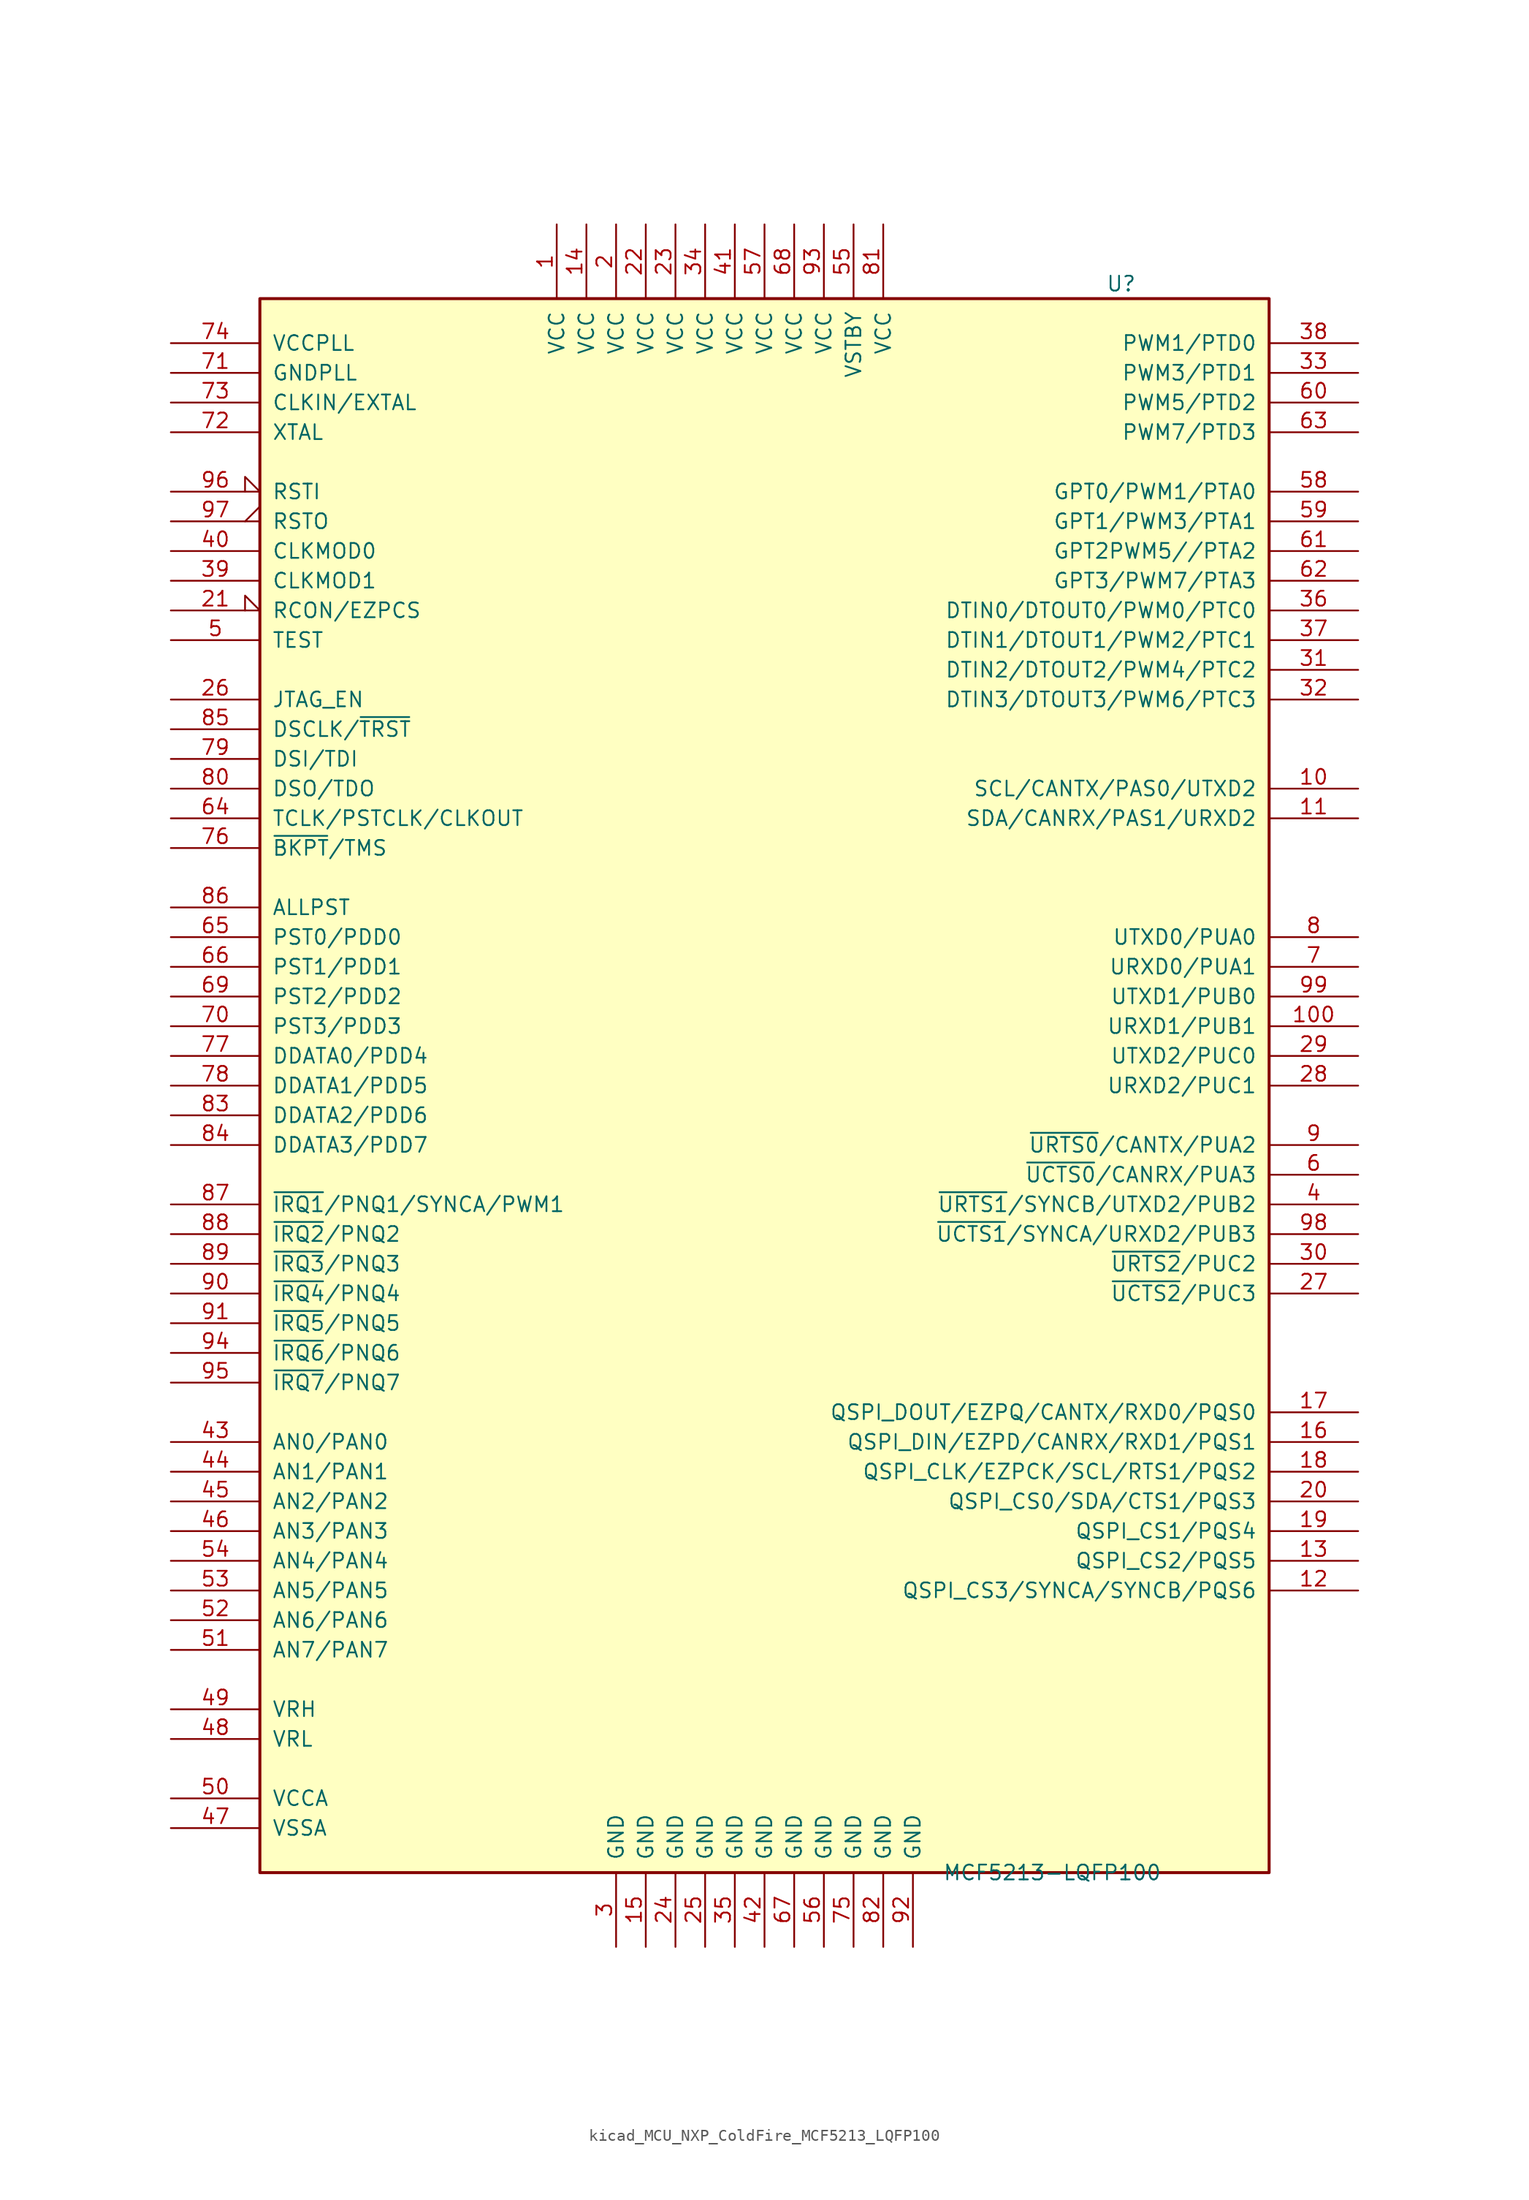
<source format=kicad_sym>
(kicad_symbol_lib
  (version 20220914)
  (generator kicad_symbol_editor)
  (symbol "kicad_MCU_NXP_ColdFire_MCF5213_LQFP100"
    (pin_names
      (offset 1.016))
    (property "Reference" "U"
      (at 29.21 68.58 0)
      (effects (font (size 1.27 1.27)) (justify left)))
    (property "Value" "MCF5213-LQFP100"
      (at 15.24 -67.31 0)
      (effects (font (size 1.27 1.27)) (justify left)))
    (symbol "kicad_MCU_NXP_ColdFire_MCF5213_LQFP100_0_1"
      (rectangle (start -43.18 67.31) (end 43.18 -67.31) (stroke (width 0.254) (type default)) (fill (type background))))
    (symbol "kicad_MCU_NXP_ColdFire_MCF5213_LQFP100_1_1"
      (pin power_in line (at -17.78 73.66 270) (length 6.35) (name "VCC" (effects (font (size 1.27 1.27)))) (number "1" (effects (font (size 1.27 1.27)))))
      (pin bidirectional line (at 50.8 25.4 180) (length 7.62) (name "SCL/CANTX/PAS0/UTXD2" (effects (font (size 1.27 1.27)))) (number "10" (effects (font (size 1.27 1.27)))))
      (pin bidirectional line (at 50.8 5.08 180) (length 7.62) (name "URXD1/PUB1" (effects (font (size 1.27 1.27)))) (number "100" (effects (font (size 1.27 1.27)))))
      (pin bidirectional line (at 50.8 22.86 180) (length 7.62) (name "SDA/CANRX/PAS1/URXD2" (effects (font (size 1.27 1.27)))) (number "11" (effects (font (size 1.27 1.27)))))
      (pin bidirectional line (at 50.8 -43.18 180) (length 7.62) (name "QSPI_CS3/SYNCA/SYNCB/PQS6" (effects (font (size 1.27 1.27)))) (number "12" (effects (font (size 1.27 1.27)))))
      (pin bidirectional line (at 50.8 -40.64 180) (length 7.62) (name "QSPI_CS2/PQS5" (effects (font (size 1.27 1.27)))) (number "13" (effects (font (size 1.27 1.27)))))
      (pin power_in line (at -15.24 73.66 270) (length 6.35) (name "VCC" (effects (font (size 1.27 1.27)))) (number "14" (effects (font (size 1.27 1.27)))))
      (pin power_in line (at -10.16 -73.66 90) (length 6.35) (name "GND" (effects (font (size 1.27 1.27)))) (number "15" (effects (font (size 1.27 1.27)))))
      (pin bidirectional line (at 50.8 -30.48 180) (length 7.62) (name "QSPI_DIN/EZPD/CANRX/RXD1/PQS1" (effects (font (size 1.27 1.27)))) (number "16" (effects (font (size 1.27 1.27)))))
      (pin bidirectional line (at 50.8 -27.94 180) (length 7.62) (name "QSPI_DOUT/EZPQ/CANTX/RXD0/PQS0" (effects (font (size 1.27 1.27)))) (number "17" (effects (font (size 1.27 1.27)))))
      (pin bidirectional line (at 50.8 -33.02 180) (length 7.62) (name "QSPI_CLK/EZPCK/SCL/RTS1/PQS2" (effects (font (size 1.27 1.27)))) (number "18" (effects (font (size 1.27 1.27)))))
      (pin bidirectional line (at 50.8 -38.1 180) (length 7.62) (name "QSPI_CS1/PQS4" (effects (font (size 1.27 1.27)))) (number "19" (effects (font (size 1.27 1.27)))))
      (pin power_in line (at -12.7 73.66 270) (length 6.35) (name "VCC" (effects (font (size 1.27 1.27)))) (number "2" (effects (font (size 1.27 1.27)))))
      (pin bidirectional line (at 50.8 -35.56 180) (length 7.62) (name "QSPI_CS0/SDA/CTS1/PQS3" (effects (font (size 1.27 1.27)))) (number "20" (effects (font (size 1.27 1.27)))))
      (pin input input_low (at -50.8 40.64 0) (length 7.62) (name "RCON/EZPCS" (effects (font (size 1.27 1.27)))) (number "21" (effects (font (size 1.27 1.27)))))
      (pin power_in line (at -10.16 73.66 270) (length 6.35) (name "VCC" (effects (font (size 1.27 1.27)))) (number "22" (effects (font (size 1.27 1.27)))))
      (pin power_in line (at -7.62 73.66 270) (length 6.35) (name "VCC" (effects (font (size 1.27 1.27)))) (number "23" (effects (font (size 1.27 1.27)))))
      (pin power_in line (at -7.62 -73.66 90) (length 6.35) (name "GND" (effects (font (size 1.27 1.27)))) (number "24" (effects (font (size 1.27 1.27)))))
      (pin power_in line (at -5.08 -73.66 90) (length 6.35) (name "GND" (effects (font (size 1.27 1.27)))) (number "25" (effects (font (size 1.27 1.27)))))
      (pin input line (at -50.8 33.02 0) (length 7.62) (name "JTAG_EN" (effects (font (size 1.27 1.27)))) (number "26" (effects (font (size 1.27 1.27)))))
      (pin bidirectional line (at 50.8 -17.78 180) (length 7.62) (name "~{UCTS2}/PUC3" (effects (font (size 1.27 1.27)))) (number "27" (effects (font (size 1.27 1.27)))))
      (pin bidirectional line (at 50.8 0 180) (length 7.62) (name "URXD2/PUC1" (effects (font (size 1.27 1.27)))) (number "28" (effects (font (size 1.27 1.27)))))
      (pin bidirectional line (at 50.8 2.54 180) (length 7.62) (name "UTXD2/PUC0" (effects (font (size 1.27 1.27)))) (number "29" (effects (font (size 1.27 1.27)))))
      (pin power_in line (at -12.7 -73.66 90) (length 6.35) (name "GND" (effects (font (size 1.27 1.27)))) (number "3" (effects (font (size 1.27 1.27)))))
      (pin bidirectional line (at 50.8 -15.24 180) (length 7.62) (name "~{URTS2}/PUC2" (effects (font (size 1.27 1.27)))) (number "30" (effects (font (size 1.27 1.27)))))
      (pin bidirectional line (at 50.8 35.56 180) (length 7.62) (name "DTIN2/DTOUT2/PWM4/PTC2" (effects (font (size 1.27 1.27)))) (number "31" (effects (font (size 1.27 1.27)))))
      (pin bidirectional line (at 50.8 33.02 180) (length 7.62) (name "DTIN3/DTOUT3/PWM6/PTC3" (effects (font (size 1.27 1.27)))) (number "32" (effects (font (size 1.27 1.27)))))
      (pin bidirectional line (at 50.8 60.96 180) (length 7.62) (name "PWM3/PTD1" (effects (font (size 1.27 1.27)))) (number "33" (effects (font (size 1.27 1.27)))))
      (pin power_in line (at -5.08 73.66 270) (length 6.35) (name "VCC" (effects (font (size 1.27 1.27)))) (number "34" (effects (font (size 1.27 1.27)))))
      (pin power_in line (at -2.54 -73.66 90) (length 6.35) (name "GND" (effects (font (size 1.27 1.27)))) (number "35" (effects (font (size 1.27 1.27)))))
      (pin bidirectional line (at 50.8 40.64 180) (length 7.62) (name "DTIN0/DTOUT0/PWM0/PTC0" (effects (font (size 1.27 1.27)))) (number "36" (effects (font (size 1.27 1.27)))))
      (pin bidirectional line (at 50.8 38.1 180) (length 7.62) (name "DTIN1/DTOUT1/PWM2/PTC1" (effects (font (size 1.27 1.27)))) (number "37" (effects (font (size 1.27 1.27)))))
      (pin bidirectional line (at 50.8 63.5 180) (length 7.62) (name "PWM1/PTD0" (effects (font (size 1.27 1.27)))) (number "38" (effects (font (size 1.27 1.27)))))
      (pin input line (at -50.8 43.18 0) (length 7.62) (name "CLKMOD1" (effects (font (size 1.27 1.27)))) (number "39" (effects (font (size 1.27 1.27)))))
      (pin bidirectional line (at 50.8 -10.16 180) (length 7.62) (name "~{URTS1}/SYNCB/UTXD2/PUB2" (effects (font (size 1.27 1.27)))) (number "4" (effects (font (size 1.27 1.27)))))
      (pin input line (at -50.8 45.72 0) (length 7.62) (name "CLKMOD0" (effects (font (size 1.27 1.27)))) (number "40" (effects (font (size 1.27 1.27)))))
      (pin power_in line (at -2.54 73.66 270) (length 6.35) (name "VCC" (effects (font (size 1.27 1.27)))) (number "41" (effects (font (size 1.27 1.27)))))
      (pin power_in line (at 0 -73.66 90) (length 6.35) (name "GND" (effects (font (size 1.27 1.27)))) (number "42" (effects (font (size 1.27 1.27)))))
      (pin bidirectional line (at -50.8 -30.48 0) (length 7.62) (name "AN0/PAN0" (effects (font (size 1.27 1.27)))) (number "43" (effects (font (size 1.27 1.27)))))
      (pin bidirectional line (at -50.8 -33.02 0) (length 7.62) (name "AN1/PAN1" (effects (font (size 1.27 1.27)))) (number "44" (effects (font (size 1.27 1.27)))))
      (pin bidirectional line (at -50.8 -35.56 0) (length 7.62) (name "AN2/PAN2" (effects (font (size 1.27 1.27)))) (number "45" (effects (font (size 1.27 1.27)))))
      (pin bidirectional line (at -50.8 -38.1 0) (length 7.62) (name "AN3/PAN3" (effects (font (size 1.27 1.27)))) (number "46" (effects (font (size 1.27 1.27)))))
      (pin input line (at -50.8 -63.5 0) (length 7.62) (name "VSSA" (effects (font (size 1.27 1.27)))) (number "47" (effects (font (size 1.27 1.27)))))
      (pin input line (at -50.8 -55.88 0) (length 7.62) (name "VRL" (effects (font (size 1.27 1.27)))) (number "48" (effects (font (size 1.27 1.27)))))
      (pin input line (at -50.8 -53.34 0) (length 7.62) (name "VRH" (effects (font (size 1.27 1.27)))) (number "49" (effects (font (size 1.27 1.27)))))
      (pin input line (at -50.8 38.1 0) (length 7.62) (name "TEST" (effects (font (size 1.27 1.27)))) (number "5" (effects (font (size 1.27 1.27)))))
      (pin input line (at -50.8 -60.96 0) (length 7.62) (name "VCCA" (effects (font (size 1.27 1.27)))) (number "50" (effects (font (size 1.27 1.27)))))
      (pin bidirectional line (at -50.8 -48.26 0) (length 7.62) (name "AN7/PAN7" (effects (font (size 1.27 1.27)))) (number "51" (effects (font (size 1.27 1.27)))))
      (pin bidirectional line (at -50.8 -45.72 0) (length 7.62) (name "AN6/PAN6" (effects (font (size 1.27 1.27)))) (number "52" (effects (font (size 1.27 1.27)))))
      (pin bidirectional line (at -50.8 -43.18 0) (length 7.62) (name "AN5/PAN5" (effects (font (size 1.27 1.27)))) (number "53" (effects (font (size 1.27 1.27)))))
      (pin bidirectional line (at -50.8 -40.64 0) (length 7.62) (name "AN4/PAN4" (effects (font (size 1.27 1.27)))) (number "54" (effects (font (size 1.27 1.27)))))
      (pin power_in line (at 7.62 73.66 270) (length 6.35) (name "VSTBY" (effects (font (size 1.27 1.27)))) (number "55" (effects (font (size 1.27 1.27)))))
      (pin power_in line (at 5.08 -73.66 90) (length 6.35) (name "GND" (effects (font (size 1.27 1.27)))) (number "56" (effects (font (size 1.27 1.27)))))
      (pin power_in line (at 0 73.66 270) (length 6.35) (name "VCC" (effects (font (size 1.27 1.27)))) (number "57" (effects (font (size 1.27 1.27)))))
      (pin bidirectional line (at 50.8 50.8 180) (length 7.62) (name "GPT0/PWM1/PTA0" (effects (font (size 1.27 1.27)))) (number "58" (effects (font (size 1.27 1.27)))))
      (pin bidirectional line (at 50.8 48.26 180) (length 7.62) (name "GPT1/PWM3/PTA1" (effects (font (size 1.27 1.27)))) (number "59" (effects (font (size 1.27 1.27)))))
      (pin bidirectional line (at 50.8 -7.62 180) (length 7.62) (name "~{UCTS0}/CANRX/PUA3" (effects (font (size 1.27 1.27)))) (number "6" (effects (font (size 1.27 1.27)))))
      (pin bidirectional line (at 50.8 58.42 180) (length 7.62) (name "PWM5/PTD2" (effects (font (size 1.27 1.27)))) (number "60" (effects (font (size 1.27 1.27)))))
      (pin bidirectional line (at 50.8 45.72 180) (length 7.62) (name "GPT2PWM5//PTA2" (effects (font (size 1.27 1.27)))) (number "61" (effects (font (size 1.27 1.27)))))
      (pin bidirectional line (at 50.8 43.18 180) (length 7.62) (name "GPT3/PWM7/PTA3" (effects (font (size 1.27 1.27)))) (number "62" (effects (font (size 1.27 1.27)))))
      (pin bidirectional line (at 50.8 55.88 180) (length 7.62) (name "PWM7/PTD3" (effects (font (size 1.27 1.27)))) (number "63" (effects (font (size 1.27 1.27)))))
      (pin input line (at -50.8 22.86 0) (length 7.62) (name "TCLK/PSTCLK/CLKOUT" (effects (font (size 1.27 1.27)))) (number "64" (effects (font (size 1.27 1.27)))))
      (pin bidirectional line (at -50.8 12.7 0) (length 7.62) (name "PST0/PDD0" (effects (font (size 1.27 1.27)))) (number "65" (effects (font (size 1.27 1.27)))))
      (pin bidirectional line (at -50.8 10.16 0) (length 7.62) (name "PST1/PDD1" (effects (font (size 1.27 1.27)))) (number "66" (effects (font (size 1.27 1.27)))))
      (pin power_in line (at 2.54 -73.66 90) (length 6.35) (name "GND" (effects (font (size 1.27 1.27)))) (number "67" (effects (font (size 1.27 1.27)))))
      (pin power_in line (at 2.54 73.66 270) (length 6.35) (name "VCC" (effects (font (size 1.27 1.27)))) (number "68" (effects (font (size 1.27 1.27)))))
      (pin bidirectional line (at -50.8 7.62 0) (length 7.62) (name "PST2/PDD2" (effects (font (size 1.27 1.27)))) (number "69" (effects (font (size 1.27 1.27)))))
      (pin bidirectional line (at 50.8 10.16 180) (length 7.62) (name "URXD0/PUA1" (effects (font (size 1.27 1.27)))) (number "7" (effects (font (size 1.27 1.27)))))
      (pin bidirectional line (at -50.8 5.08 0) (length 7.62) (name "PST3/PDD3" (effects (font (size 1.27 1.27)))) (number "70" (effects (font (size 1.27 1.27)))))
      (pin passive line (at -50.8 60.96 0) (length 7.62) (name "GNDPLL" (effects (font (size 1.27 1.27)))) (number "71" (effects (font (size 1.27 1.27)))))
      (pin output line (at -50.8 55.88 0) (length 7.62) (name "XTAL" (effects (font (size 1.27 1.27)))) (number "72" (effects (font (size 1.27 1.27)))))
      (pin input line (at -50.8 58.42 0) (length 7.62) (name "CLKIN/EXTAL" (effects (font (size 1.27 1.27)))) (number "73" (effects (font (size 1.27 1.27)))))
      (pin passive line (at -50.8 63.5 0) (length 7.62) (name "VCCPLL" (effects (font (size 1.27 1.27)))) (number "74" (effects (font (size 1.27 1.27)))))
      (pin power_in line (at 7.62 -73.66 90) (length 6.35) (name "GND" (effects (font (size 1.27 1.27)))) (number "75" (effects (font (size 1.27 1.27)))))
      (pin input line (at -50.8 20.32 0) (length 7.62) (name "~{BKPT}/TMS" (effects (font (size 1.27 1.27)))) (number "76" (effects (font (size 1.27 1.27)))))
      (pin bidirectional line (at -50.8 2.54 0) (length 7.62) (name "DDATA0/PDD4" (effects (font (size 1.27 1.27)))) (number "77" (effects (font (size 1.27 1.27)))))
      (pin bidirectional line (at -50.8 0 0) (length 7.62) (name "DDATA1/PDD5" (effects (font (size 1.27 1.27)))) (number "78" (effects (font (size 1.27 1.27)))))
      (pin input line (at -50.8 27.94 0) (length 7.62) (name "DSI/TDI" (effects (font (size 1.27 1.27)))) (number "79" (effects (font (size 1.27 1.27)))))
      (pin bidirectional line (at 50.8 12.7 180) (length 7.62) (name "UTXD0/PUA0" (effects (font (size 1.27 1.27)))) (number "8" (effects (font (size 1.27 1.27)))))
      (pin output line (at -50.8 25.4 0) (length 7.62) (name "DSO/TDO" (effects (font (size 1.27 1.27)))) (number "80" (effects (font (size 1.27 1.27)))))
      (pin power_in line (at 10.16 73.66 270) (length 6.35) (name "VCC" (effects (font (size 1.27 1.27)))) (number "81" (effects (font (size 1.27 1.27)))))
      (pin power_in line (at 10.16 -73.66 90) (length 6.35) (name "GND" (effects (font (size 1.27 1.27)))) (number "82" (effects (font (size 1.27 1.27)))))
      (pin bidirectional line (at -50.8 -2.54 0) (length 7.62) (name "DDATA2/PDD6" (effects (font (size 1.27 1.27)))) (number "83" (effects (font (size 1.27 1.27)))))
      (pin bidirectional line (at -50.8 -5.08 0) (length 7.62) (name "DDATA3/PDD7" (effects (font (size 1.27 1.27)))) (number "84" (effects (font (size 1.27 1.27)))))
      (pin input line (at -50.8 30.48 0) (length 7.62) (name "DSCLK/~{TRST}" (effects (font (size 1.27 1.27)))) (number "85" (effects (font (size 1.27 1.27)))))
      (pin output line (at -50.8 15.24 0) (length 7.62) (name "ALLPST" (effects (font (size 1.27 1.27)))) (number "86" (effects (font (size 1.27 1.27)))))
      (pin bidirectional line (at -50.8 -10.16 0) (length 7.62) (name "~{IRQ1}/PNQ1/SYNCA/PWM1" (effects (font (size 1.27 1.27)))) (number "87" (effects (font (size 1.27 1.27)))))
      (pin bidirectional line (at -50.8 -12.7 0) (length 7.62) (name "~{IRQ2}/PNQ2" (effects (font (size 1.27 1.27)))) (number "88" (effects (font (size 1.27 1.27)))))
      (pin bidirectional line (at -50.8 -15.24 0) (length 7.62) (name "~{IRQ3}/PNQ3" (effects (font (size 1.27 1.27)))) (number "89" (effects (font (size 1.27 1.27)))))
      (pin bidirectional line (at 50.8 -5.08 180) (length 7.62) (name "~{URTS0}/CANTX/PUA2" (effects (font (size 1.27 1.27)))) (number "9" (effects (font (size 1.27 1.27)))))
      (pin bidirectional line (at -50.8 -17.78 0) (length 7.62) (name "~{IRQ4}/PNQ4" (effects (font (size 1.27 1.27)))) (number "90" (effects (font (size 1.27 1.27)))))
      (pin bidirectional line (at -50.8 -20.32 0) (length 7.62) (name "~{IRQ5}/PNQ5" (effects (font (size 1.27 1.27)))) (number "91" (effects (font (size 1.27 1.27)))))
      (pin power_in line (at 12.7 -73.66 90) (length 6.35) (name "GND" (effects (font (size 1.27 1.27)))) (number "92" (effects (font (size 1.27 1.27)))))
      (pin power_in line (at 5.08 73.66 270) (length 6.35) (name "VCC" (effects (font (size 1.27 1.27)))) (number "93" (effects (font (size 1.27 1.27)))))
      (pin bidirectional line (at -50.8 -22.86 0) (length 7.62) (name "~{IRQ6}/PNQ6" (effects (font (size 1.27 1.27)))) (number "94" (effects (font (size 1.27 1.27)))))
      (pin bidirectional line (at -50.8 -25.4 0) (length 7.62) (name "~{IRQ7}/PNQ7" (effects (font (size 1.27 1.27)))) (number "95" (effects (font (size 1.27 1.27)))))
      (pin input input_low (at -50.8 50.8 0) (length 7.62) (name "RSTI" (effects (font (size 1.27 1.27)))) (number "96" (effects (font (size 1.27 1.27)))))
      (pin output output_low (at -50.8 48.26 0) (length 7.62) (name "RSTO" (effects (font (size 1.27 1.27)))) (number "97" (effects (font (size 1.27 1.27)))))
      (pin bidirectional line (at 50.8 -12.7 180) (length 7.62) (name "~{UCTS1}/SYNCA/URXD2/PUB3" (effects (font (size 1.27 1.27)))) (number "98" (effects (font (size 1.27 1.27)))))
      (pin bidirectional line (at 50.8 7.62 180) (length 7.62) (name "UTXD1/PUB0" (effects (font (size 1.27 1.27)))) (number "99" (effects (font (size 1.27 1.27))))))))
</source>
